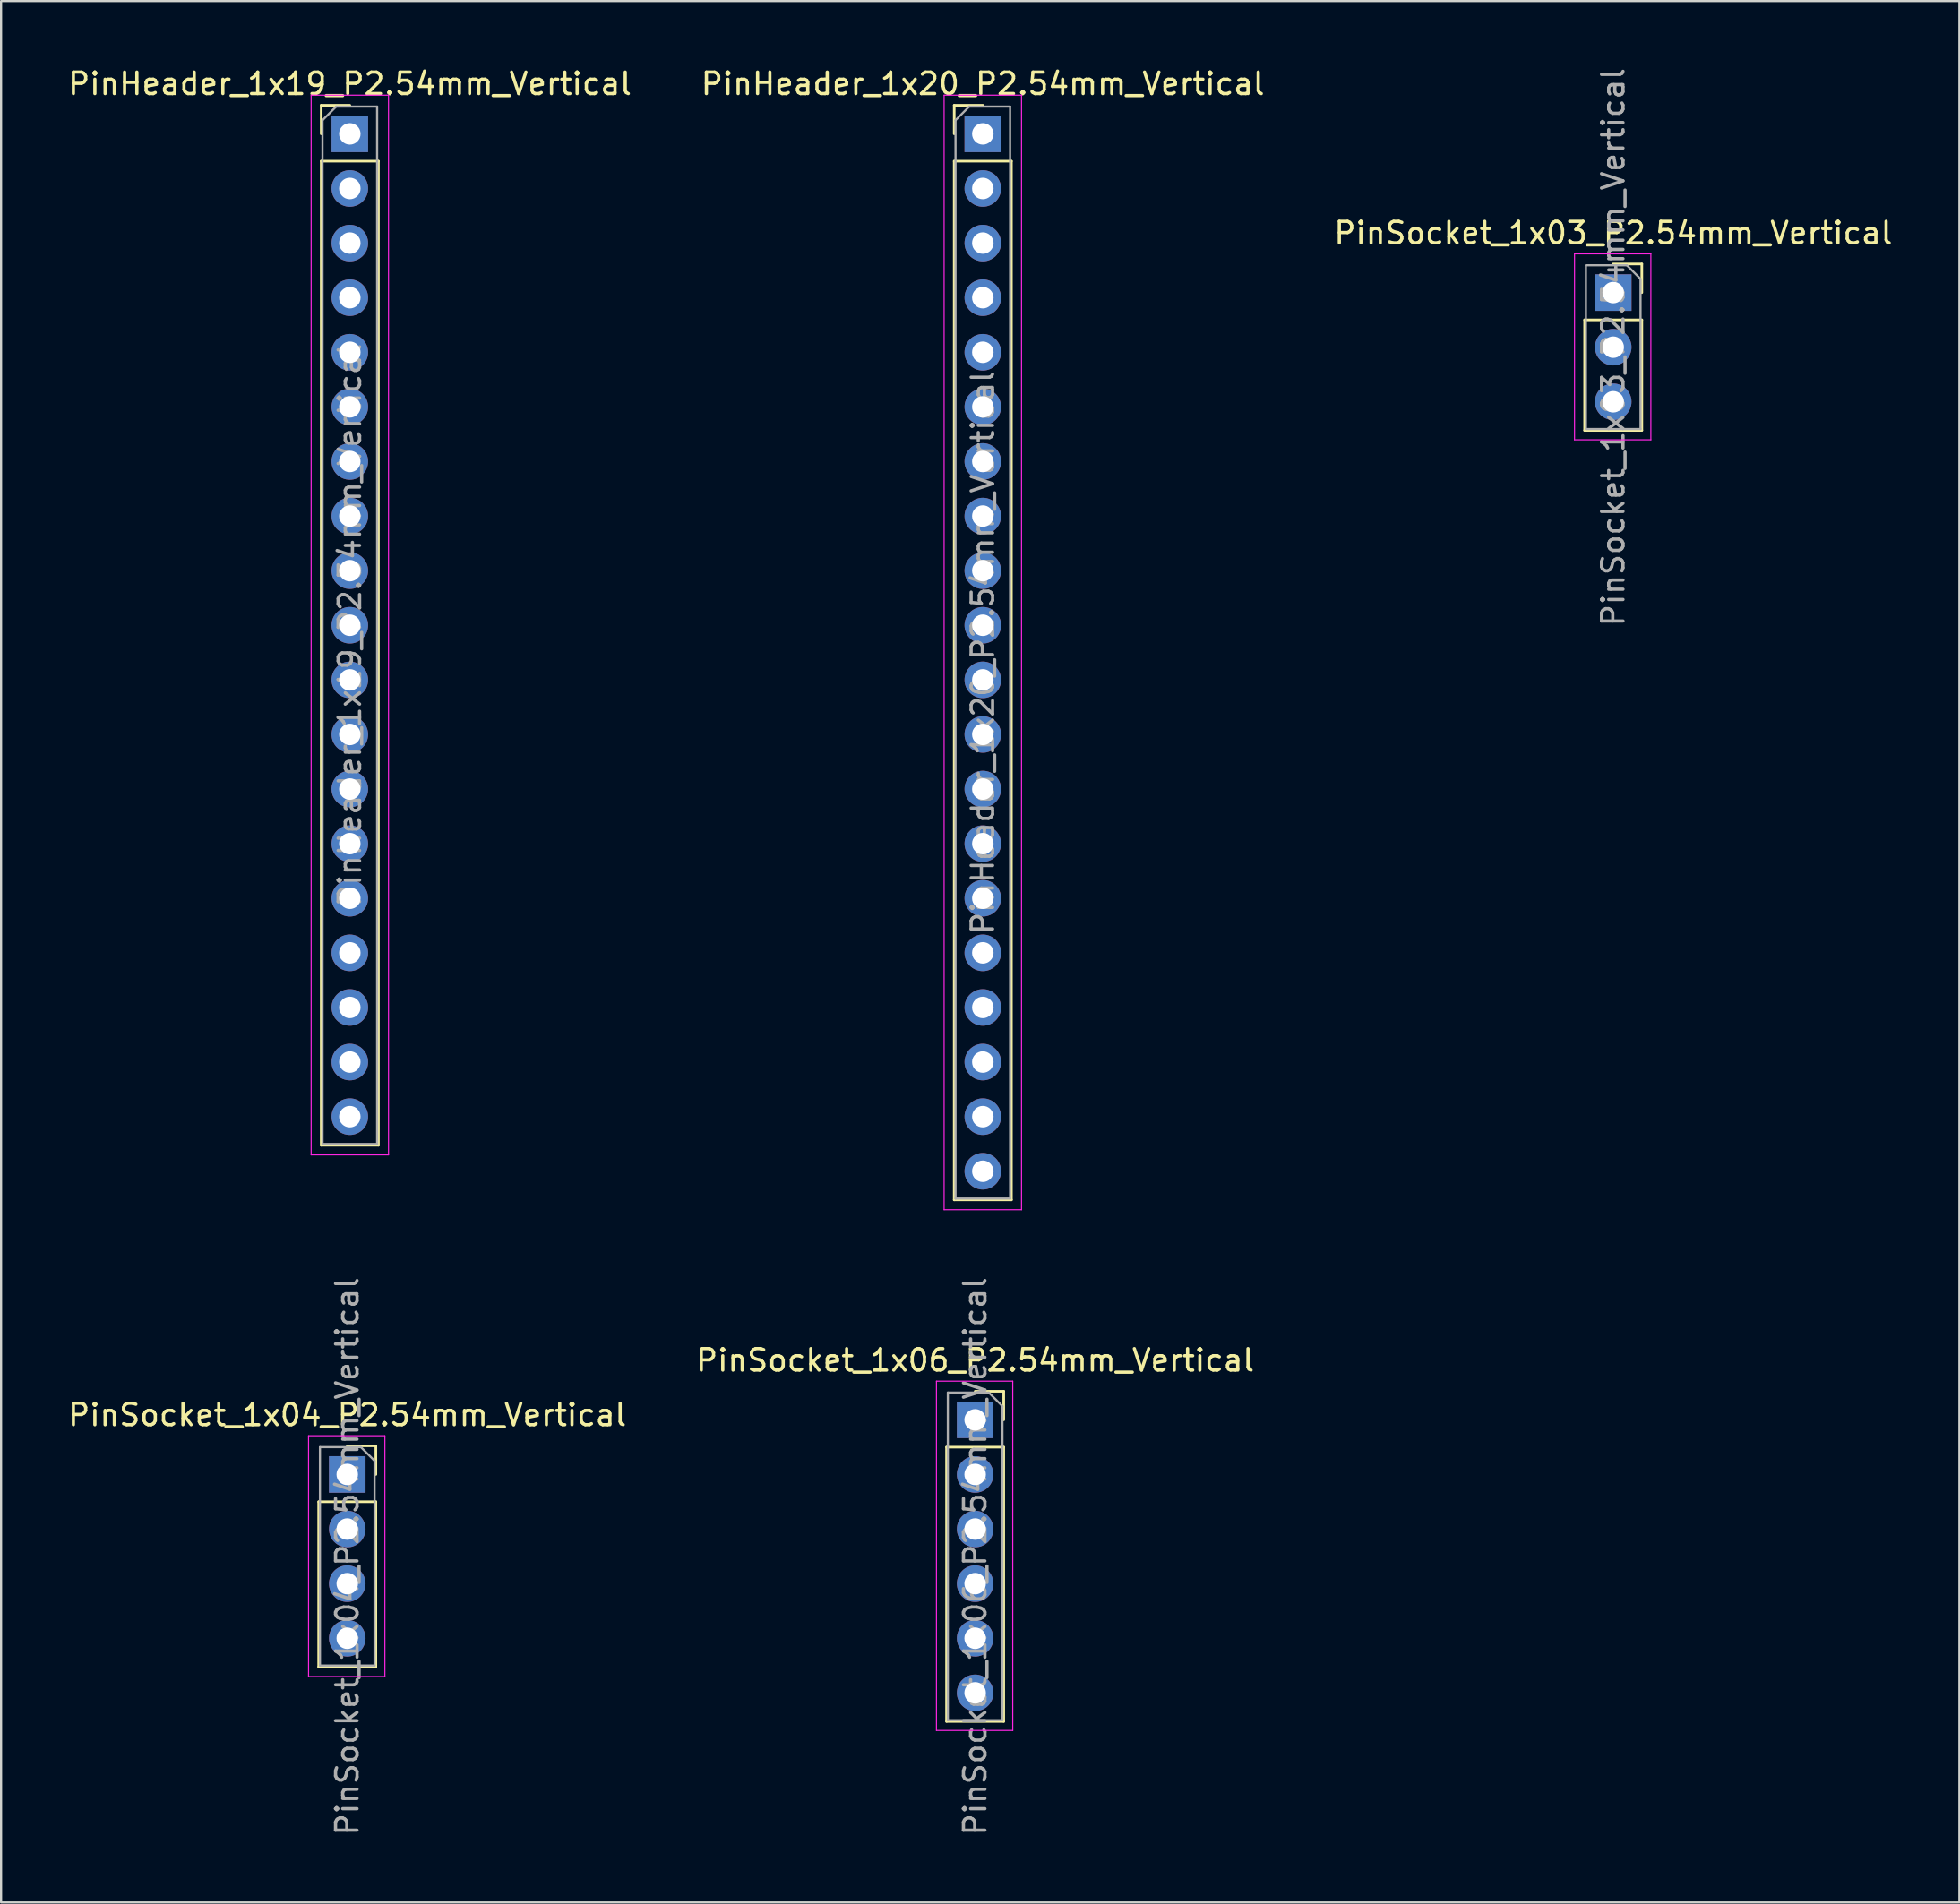
<source format=kicad_pcb>
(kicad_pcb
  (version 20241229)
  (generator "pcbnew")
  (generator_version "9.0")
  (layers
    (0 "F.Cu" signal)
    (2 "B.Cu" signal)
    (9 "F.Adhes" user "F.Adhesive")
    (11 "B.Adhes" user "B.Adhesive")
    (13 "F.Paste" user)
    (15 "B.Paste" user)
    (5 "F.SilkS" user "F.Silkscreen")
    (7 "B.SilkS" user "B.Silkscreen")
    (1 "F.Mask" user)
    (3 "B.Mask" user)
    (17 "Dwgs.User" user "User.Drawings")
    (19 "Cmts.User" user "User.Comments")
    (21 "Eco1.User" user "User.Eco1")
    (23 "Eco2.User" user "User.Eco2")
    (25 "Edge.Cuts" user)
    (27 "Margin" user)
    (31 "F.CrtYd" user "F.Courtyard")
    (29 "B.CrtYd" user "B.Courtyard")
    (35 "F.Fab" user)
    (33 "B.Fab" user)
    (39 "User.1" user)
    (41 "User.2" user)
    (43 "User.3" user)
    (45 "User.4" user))
  (footprint "PinSocket_1x03_P2.54mm_Vertical"
    (layer "F.Cu")
    (at 71.982 10.561)
    (property "Reference" "PinSocket_1x03_P2.54mm_Vertical" (at 0 -2.77 0) (layer "F.SilkS") (effects (font (size 1 1) (thickness 0.15))))
    (attr through_hole)
    (fp_line (start -1.33 1.27) (end -1.33 6.41) (stroke (width 0.12) (type solid)) (layer "F.SilkS"))
    (fp_line (start -1.33 1.27) (end 1.33 1.27) (stroke (width 0.12) (type solid)) (layer "F.SilkS"))
    (fp_line (start -1.33 6.41) (end 1.33 6.41) (stroke (width 0.12) (type solid)) (layer "F.SilkS"))
    (fp_line (start 0 -1.33) (end 1.33 -1.33) (stroke (width 0.12) (type solid)) (layer "F.SilkS"))
    (fp_line (start 1.33 -1.33) (end 1.33 0) (stroke (width 0.12) (type solid)) (layer "F.SilkS"))
    (fp_line (start 1.33 1.27) (end 1.33 6.41) (stroke (width 0.12) (type solid)) (layer "F.SilkS"))
    (fp_line (start -1.8 -1.8) (end 1.75 -1.8) (stroke (width 0.05) (type solid)) (layer "F.CrtYd"))
    (fp_line (start -1.8 6.85) (end -1.8 -1.8) (stroke (width 0.05) (type solid)) (layer "F.CrtYd"))
    (fp_line (start 1.75 -1.8) (end 1.75 6.85) (stroke (width 0.05) (type solid)) (layer "F.CrtYd"))
    (fp_line (start 1.75 6.85) (end -1.8 6.85) (stroke (width 0.05) (type solid)) (layer "F.CrtYd"))
    (fp_line (start -1.27 -1.27) (end 0.635 -1.27) (stroke (width 0.1) (type solid)) (layer "F.Fab"))
    (fp_line (start -1.27 6.35) (end -1.27 -1.27) (stroke (width 0.1) (type solid)) (layer "F.Fab"))
    (fp_line (start 0.635 -1.27) (end 1.27 -0.635) (stroke (width 0.1) (type solid)) (layer "F.Fab"))
    (fp_line (start 1.27 -0.635) (end 1.27 6.35) (stroke (width 0.1) (type solid)) (layer "F.Fab"))
    (fp_line (start 1.27 6.35) (end -1.27 6.35) (stroke (width 0.1) (type solid)) (layer "F.Fab"))
    (fp_text user "${REFERENCE}" (at 0 2.54 90) (layer "F.Fab") (effects (font (size 1 1) (thickness 0.15))))
    (pad "1" thru_hole rect (at 0 0) (size 1.7 1.7) (drill 1) (layers "*.Cu" "*.Mask"))
    (pad "2" thru_hole oval (at 0 2.54) (size 1.7 1.7) (drill 1) (layers "*.Cu" "*.Mask"))
    (pad "3" thru_hole oval (at 0 5.08) (size 1.7 1.7) (drill 1) (layers "*.Cu" "*.Mask")))
  (footprint "PinSocket_1x06_P2.54mm_Vertical"
    (layer "F.Cu")
    (at 42.304 63.004)
    (property "Reference" "PinSocket_1x06_P2.54mm_Vertical" (at 0 -2.77 0) (layer "F.SilkS") (effects (font (size 1 1) (thickness 0.15))))
    (attr through_hole)
    (fp_line (start -1.33 1.27) (end -1.33 14.03) (stroke (width 0.12) (type solid)) (layer "F.SilkS"))
    (fp_line (start -1.33 1.27) (end 1.33 1.27) (stroke (width 0.12) (type solid)) (layer "F.SilkS"))
    (fp_line (start -1.33 14.03) (end 1.33 14.03) (stroke (width 0.12) (type solid)) (layer "F.SilkS"))
    (fp_line (start 0 -1.33) (end 1.33 -1.33) (stroke (width 0.12) (type solid)) (layer "F.SilkS"))
    (fp_line (start 1.33 -1.33) (end 1.33 0) (stroke (width 0.12) (type solid)) (layer "F.SilkS"))
    (fp_line (start 1.33 1.27) (end 1.33 14.03) (stroke (width 0.12) (type solid)) (layer "F.SilkS"))
    (fp_line (start -1.8 -1.8) (end 1.75 -1.8) (stroke (width 0.05) (type solid)) (layer "F.CrtYd"))
    (fp_line (start -1.8 14.45) (end -1.8 -1.8) (stroke (width 0.05) (type solid)) (layer "F.CrtYd"))
    (fp_line (start 1.75 -1.8) (end 1.75 14.45) (stroke (width 0.05) (type solid)) (layer "F.CrtYd"))
    (fp_line (start 1.75 14.45) (end -1.8 14.45) (stroke (width 0.05) (type solid)) (layer "F.CrtYd"))
    (fp_line (start -1.27 -1.27) (end 0.635 -1.27) (stroke (width 0.1) (type solid)) (layer "F.Fab"))
    (fp_line (start -1.27 13.97) (end -1.27 -1.27) (stroke (width 0.1) (type solid)) (layer "F.Fab"))
    (fp_line (start 0.635 -1.27) (end 1.27 -0.635) (stroke (width 0.1) (type solid)) (layer "F.Fab"))
    (fp_line (start 1.27 -0.635) (end 1.27 13.97) (stroke (width 0.1) (type solid)) (layer "F.Fab"))
    (fp_line (start 1.27 13.97) (end -1.27 13.97) (stroke (width 0.1) (type solid)) (layer "F.Fab"))
    (fp_text user "${REFERENCE}" (at 0 6.35 90) (layer "F.Fab") (effects (font (size 1 1) (thickness 0.15))))
    (pad "1" thru_hole rect (at 0 0) (size 1.7 1.7) (drill 1) (layers "*.Cu" "*.Mask"))
    (pad "2" thru_hole oval (at 0 2.54) (size 1.7 1.7) (drill 1) (layers "*.Cu" "*.Mask"))
    (pad "3" thru_hole oval (at 0 5.08) (size 1.7 1.7) (drill 1) (layers "*.Cu" "*.Mask"))
    (pad "4" thru_hole oval (at 0 7.62) (size 1.7 1.7) (drill 1) (layers "*.Cu" "*.Mask"))
    (pad "5" thru_hole oval (at 0 10.16) (size 1.7 1.7) (drill 1) (layers "*.Cu" "*.Mask"))
    (pad "6" thru_hole oval (at 0 12.7) (size 1.7 1.7) (drill 1) (layers "*.Cu" "*.Mask")))
  (footprint "PinHeader_1x20_P2.54mm_Vertical"
    (layer "F.Cu")
    (at 42.661 3.178)
    (property "Reference" "PinHeader_1x20_P2.54mm_Vertical" (at 0 -2.33 0) (layer "F.SilkS") (effects (font (size 1 1) (thickness 0.15))))
    (attr through_hole)
    (fp_line (start -1.33 -1.33) (end 0 -1.33) (stroke (width 0.12) (type solid)) (layer "F.SilkS"))
    (fp_line (start -1.33 0) (end -1.33 -1.33) (stroke (width 0.12) (type solid)) (layer "F.SilkS"))
    (fp_line (start -1.33 1.27) (end -1.33 49.59) (stroke (width 0.12) (type solid)) (layer "F.SilkS"))
    (fp_line (start -1.33 1.27) (end 1.33 1.27) (stroke (width 0.12) (type solid)) (layer "F.SilkS"))
    (fp_line (start -1.33 49.59) (end 1.33 49.59) (stroke (width 0.12) (type solid)) (layer "F.SilkS"))
    (fp_line (start 1.33 1.27) (end 1.33 49.59) (stroke (width 0.12) (type solid)) (layer "F.SilkS"))
    (fp_line (start -1.8 -1.8) (end -1.8 50.05) (stroke (width 0.05) (type solid)) (layer "F.CrtYd"))
    (fp_line (start -1.8 50.05) (end 1.8 50.05) (stroke (width 0.05) (type solid)) (layer "F.CrtYd"))
    (fp_line (start 1.8 -1.8) (end -1.8 -1.8) (stroke (width 0.05) (type solid)) (layer "F.CrtYd"))
    (fp_line (start 1.8 50.05) (end 1.8 -1.8) (stroke (width 0.05) (type solid)) (layer "F.CrtYd"))
    (fp_line (start -1.27 -0.635) (end -0.635 -1.27) (stroke (width 0.1) (type solid)) (layer "F.Fab"))
    (fp_line (start -1.27 49.53) (end -1.27 -0.635) (stroke (width 0.1) (type solid)) (layer "F.Fab"))
    (fp_line (start -0.635 -1.27) (end 1.27 -1.27) (stroke (width 0.1) (type solid)) (layer "F.Fab"))
    (fp_line (start 1.27 -1.27) (end 1.27 49.53) (stroke (width 0.1) (type solid)) (layer "F.Fab"))
    (fp_line (start 1.27 49.53) (end -1.27 49.53) (stroke (width 0.1) (type solid)) (layer "F.Fab"))
    (fp_text user "${REFERENCE}" (at 0 24.13 90) (layer "F.Fab") (effects (font (size 1 1) (thickness 0.15))))
    (pad "1" thru_hole rect (at 0 0) (size 1.7 1.7) (drill 1) (layers "*.Cu" "*.Mask"))
    (pad "2" thru_hole oval (at 0 2.54) (size 1.7 1.7) (drill 1) (layers "*.Cu" "*.Mask"))
    (pad "3" thru_hole oval (at 0 5.08) (size 1.7 1.7) (drill 1) (layers "*.Cu" "*.Mask"))
    (pad "4" thru_hole oval (at 0 7.62) (size 1.7 1.7) (drill 1) (layers "*.Cu" "*.Mask"))
    (pad "5" thru_hole oval (at 0 10.16) (size 1.7 1.7) (drill 1) (layers "*.Cu" "*.Mask"))
    (pad "6" thru_hole oval (at 0 12.7) (size 1.7 1.7) (drill 1) (layers "*.Cu" "*.Mask"))
    (pad "7" thru_hole oval (at 0 15.24) (size 1.7 1.7) (drill 1) (layers "*.Cu" "*.Mask"))
    (pad "8" thru_hole oval (at 0 17.78) (size 1.7 1.7) (drill 1) (layers "*.Cu" "*.Mask"))
    (pad "9" thru_hole oval (at 0 20.32) (size 1.7 1.7) (drill 1) (layers "*.Cu" "*.Mask"))
    (pad "10" thru_hole oval (at 0 22.86) (size 1.7 1.7) (drill 1) (layers "*.Cu" "*.Mask"))
    (pad "11" thru_hole oval (at 0 25.4) (size 1.7 1.7) (drill 1) (layers "*.Cu" "*.Mask"))
    (pad "12" thru_hole oval (at 0 27.94) (size 1.7 1.7) (drill 1) (layers "*.Cu" "*.Mask"))
    (pad "13" thru_hole oval (at 0 30.48) (size 1.7 1.7) (drill 1) (layers "*.Cu" "*.Mask"))
    (pad "14" thru_hole oval (at 0 33.02) (size 1.7 1.7) (drill 1) (layers "*.Cu" "*.Mask"))
    (pad "15" thru_hole oval (at 0 35.56) (size 1.7 1.7) (drill 1) (layers "*.Cu" "*.Mask"))
    (pad "16" thru_hole oval (at 0 38.1) (size 1.7 1.7) (drill 1) (layers "*.Cu" "*.Mask"))
    (pad "17" thru_hole oval (at 0 40.64) (size 1.7 1.7) (drill 1) (layers "*.Cu" "*.Mask"))
    (pad "18" thru_hole oval (at 0 43.18) (size 1.7 1.7) (drill 1) (layers "*.Cu" "*.Mask"))
    (pad "19" thru_hole oval (at 0 45.72) (size 1.7 1.7) (drill 1) (layers "*.Cu" "*.Mask"))
    (pad "20" thru_hole oval (at 0 48.26) (size 1.7 1.7) (drill 1) (layers "*.Cu" "*.Mask")))
  (footprint "PinHeader_1x19_P2.54mm_Vertical"
    (layer "F.Cu")
    (at 13.22 3.178)
    (property "Reference" "PinHeader_1x19_P2.54mm_Vertical" (at 0 -2.33 0) (layer "F.SilkS") (effects (font (size 1 1) (thickness 0.15))))
    (attr through_hole)
    (fp_line (start -1.33 -1.33) (end 0 -1.33) (stroke (width 0.12) (type solid)) (layer "F.SilkS"))
    (fp_line (start -1.33 0) (end -1.33 -1.33) (stroke (width 0.12) (type solid)) (layer "F.SilkS"))
    (fp_line (start -1.33 1.27) (end -1.33 47.05) (stroke (width 0.12) (type solid)) (layer "F.SilkS"))
    (fp_line (start -1.33 1.27) (end 1.33 1.27) (stroke (width 0.12) (type solid)) (layer "F.SilkS"))
    (fp_line (start -1.33 47.05) (end 1.33 47.05) (stroke (width 0.12) (type solid)) (layer "F.SilkS"))
    (fp_line (start 1.33 1.27) (end 1.33 47.05) (stroke (width 0.12) (type solid)) (layer "F.SilkS"))
    (fp_line (start -1.8 -1.8) (end -1.8 47.5) (stroke (width 0.05) (type solid)) (layer "F.CrtYd"))
    (fp_line (start -1.8 47.5) (end 1.8 47.5) (stroke (width 0.05) (type solid)) (layer "F.CrtYd"))
    (fp_line (start 1.8 -1.8) (end -1.8 -1.8) (stroke (width 0.05) (type solid)) (layer "F.CrtYd"))
    (fp_line (start 1.8 47.5) (end 1.8 -1.8) (stroke (width 0.05) (type solid)) (layer "F.CrtYd"))
    (fp_line (start -1.27 -0.635) (end -0.635 -1.27) (stroke (width 0.1) (type solid)) (layer "F.Fab"))
    (fp_line (start -1.27 46.99) (end -1.27 -0.635) (stroke (width 0.1) (type solid)) (layer "F.Fab"))
    (fp_line (start -0.635 -1.27) (end 1.27 -1.27) (stroke (width 0.1) (type solid)) (layer "F.Fab"))
    (fp_line (start 1.27 -1.27) (end 1.27 46.99) (stroke (width 0.1) (type solid)) (layer "F.Fab"))
    (fp_line (start 1.27 46.99) (end -1.27 46.99) (stroke (width 0.1) (type solid)) (layer "F.Fab"))
    (fp_text user "${REFERENCE}" (at 0 22.86 90) (layer "F.Fab") (effects (font (size 1 1) (thickness 0.15))))
    (pad "1" thru_hole rect (at 0 0) (size 1.7 1.7) (drill 1) (layers "*.Cu" "*.Mask"))
    (pad "2" thru_hole oval (at 0 2.54) (size 1.7 1.7) (drill 1) (layers "*.Cu" "*.Mask"))
    (pad "3" thru_hole oval (at 0 5.08) (size 1.7 1.7) (drill 1) (layers "*.Cu" "*.Mask"))
    (pad "4" thru_hole oval (at 0 7.62) (size 1.7 1.7) (drill 1) (layers "*.Cu" "*.Mask"))
    (pad "5" thru_hole oval (at 0 10.16) (size 1.7 1.7) (drill 1) (layers "*.Cu" "*.Mask"))
    (pad "6" thru_hole oval (at 0 12.7) (size 1.7 1.7) (drill 1) (layers "*.Cu" "*.Mask"))
    (pad "7" thru_hole oval (at 0 15.24) (size 1.7 1.7) (drill 1) (layers "*.Cu" "*.Mask"))
    (pad "8" thru_hole oval (at 0 17.78) (size 1.7 1.7) (drill 1) (layers "*.Cu" "*.Mask"))
    (pad "9" thru_hole oval (at 0 20.32) (size 1.7 1.7) (drill 1) (layers "*.Cu" "*.Mask"))
    (pad "10" thru_hole oval (at 0 22.86) (size 1.7 1.7) (drill 1) (layers "*.Cu" "*.Mask"))
    (pad "11" thru_hole oval (at 0 25.4) (size 1.7 1.7) (drill 1) (layers "*.Cu" "*.Mask"))
    (pad "12" thru_hole oval (at 0 27.94) (size 1.7 1.7) (drill 1) (layers "*.Cu" "*.Mask"))
    (pad "13" thru_hole oval (at 0 30.48) (size 1.7 1.7) (drill 1) (layers "*.Cu" "*.Mask"))
    (pad "14" thru_hole oval (at 0 33.02) (size 1.7 1.7) (drill 1) (layers "*.Cu" "*.Mask"))
    (pad "15" thru_hole oval (at 0 35.56) (size 1.7 1.7) (drill 1) (layers "*.Cu" "*.Mask"))
    (pad "16" thru_hole oval (at 0 38.1) (size 1.7 1.7) (drill 1) (layers "*.Cu" "*.Mask"))
    (pad "17" thru_hole oval (at 0 40.64) (size 1.7 1.7) (drill 1) (layers "*.Cu" "*.Mask"))
    (pad "18" thru_hole oval (at 0 43.18) (size 1.7 1.7) (drill 1) (layers "*.Cu" "*.Mask"))
    (pad "19" thru_hole oval (at 0 45.72) (size 1.7 1.7) (drill 1) (layers "*.Cu" "*.Mask")))
  (footprint "PinSocket_1x04_P2.54mm_Vertical"
    (layer "F.Cu")
    (at 13.101 65.544)
    (property "Reference" "PinSocket_1x04_P2.54mm_Vertical" (at 0 -2.77 0) (layer "F.SilkS") (effects (font (size 1 1) (thickness 0.15))))
    (attr through_hole)
    (fp_line (start -1.33 1.27) (end -1.33 8.95) (stroke (width 0.12) (type solid)) (layer "F.SilkS"))
    (fp_line (start -1.33 1.27) (end 1.33 1.27) (stroke (width 0.12) (type solid)) (layer "F.SilkS"))
    (fp_line (start -1.33 8.95) (end 1.33 8.95) (stroke (width 0.12) (type solid)) (layer "F.SilkS"))
    (fp_line (start 0 -1.33) (end 1.33 -1.33) (stroke (width 0.12) (type solid)) (layer "F.SilkS"))
    (fp_line (start 1.33 -1.33) (end 1.33 0) (stroke (width 0.12) (type solid)) (layer "F.SilkS"))
    (fp_line (start 1.33 1.27) (end 1.33 8.95) (stroke (width 0.12) (type solid)) (layer "F.SilkS"))
    (fp_line (start -1.8 -1.8) (end 1.75 -1.8) (stroke (width 0.05) (type solid)) (layer "F.CrtYd"))
    (fp_line (start -1.8 9.4) (end -1.8 -1.8) (stroke (width 0.05) (type solid)) (layer "F.CrtYd"))
    (fp_line (start 1.75 -1.8) (end 1.75 9.4) (stroke (width 0.05) (type solid)) (layer "F.CrtYd"))
    (fp_line (start 1.75 9.4) (end -1.8 9.4) (stroke (width 0.05) (type solid)) (layer "F.CrtYd"))
    (fp_line (start -1.27 -1.27) (end 0.635 -1.27) (stroke (width 0.1) (type solid)) (layer "F.Fab"))
    (fp_line (start -1.27 8.89) (end -1.27 -1.27) (stroke (width 0.1) (type solid)) (layer "F.Fab"))
    (fp_line (start 0.635 -1.27) (end 1.27 -0.635) (stroke (width 0.1) (type solid)) (layer "F.Fab"))
    (fp_line (start 1.27 -0.635) (end 1.27 8.89) (stroke (width 0.1) (type solid)) (layer "F.Fab"))
    (fp_line (start 1.27 8.89) (end -1.27 8.89) (stroke (width 0.1) (type solid)) (layer "F.Fab"))
    (fp_text user "${REFERENCE}" (at 0 3.81 90) (layer "F.Fab") (effects (font (size 1 1) (thickness 0.15))))
    (pad "1" thru_hole rect (at 0 0) (size 1.7 1.7) (drill 1) (layers "*.Cu" "*.Mask"))
    (pad "2" thru_hole oval (at 0 2.54) (size 1.7 1.7) (drill 1) (layers "*.Cu" "*.Mask"))
    (pad "3" thru_hole oval (at 0 5.08) (size 1.7 1.7) (drill 1) (layers "*.Cu" "*.Mask"))
    (pad "4" thru_hole oval (at 0 7.62) (size 1.7 1.7) (drill 1) (layers "*.Cu" "*.Mask")))
  (gr_rect
    (start -3 -3)
    (end 88.083 85.456)
    (stroke (width 0.1) (type default))
    (fill no)
    (layer "Edge.Cuts")))
</source>
